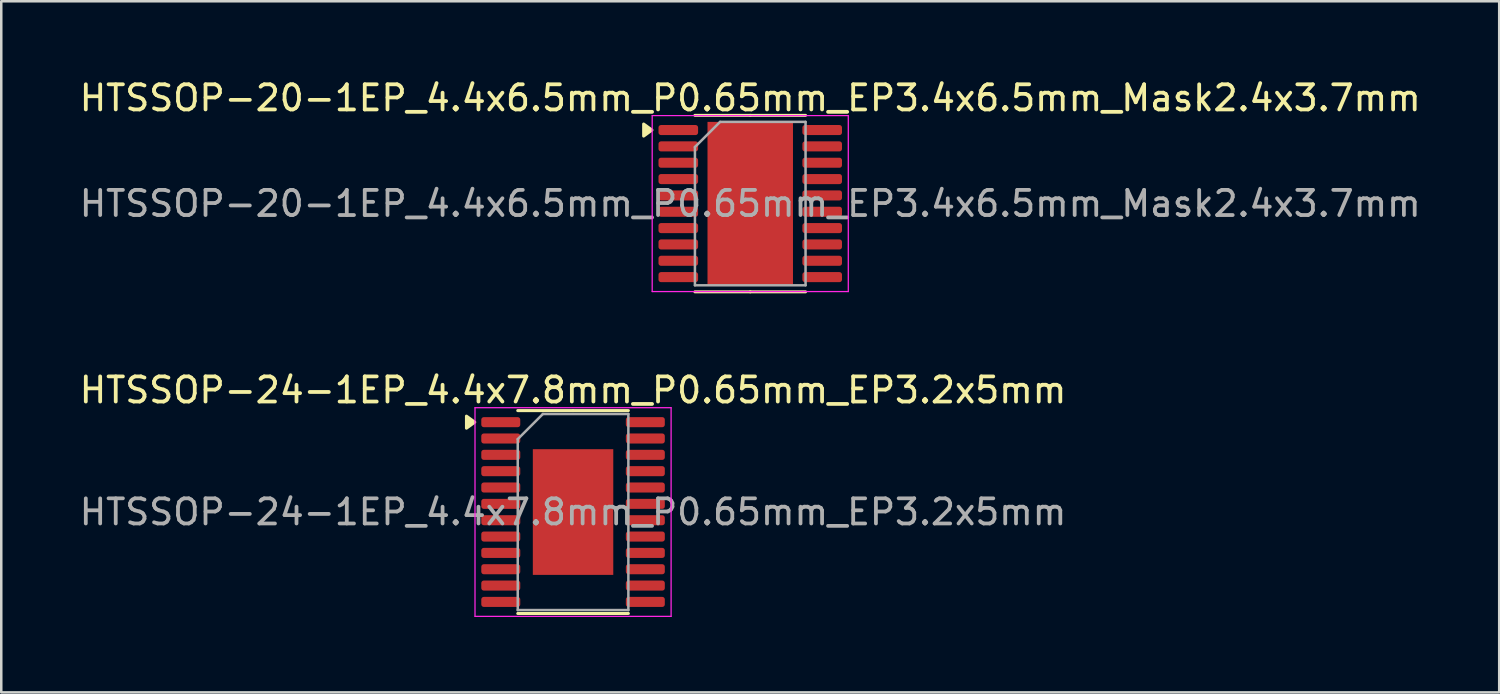
<source format=kicad_pcb>
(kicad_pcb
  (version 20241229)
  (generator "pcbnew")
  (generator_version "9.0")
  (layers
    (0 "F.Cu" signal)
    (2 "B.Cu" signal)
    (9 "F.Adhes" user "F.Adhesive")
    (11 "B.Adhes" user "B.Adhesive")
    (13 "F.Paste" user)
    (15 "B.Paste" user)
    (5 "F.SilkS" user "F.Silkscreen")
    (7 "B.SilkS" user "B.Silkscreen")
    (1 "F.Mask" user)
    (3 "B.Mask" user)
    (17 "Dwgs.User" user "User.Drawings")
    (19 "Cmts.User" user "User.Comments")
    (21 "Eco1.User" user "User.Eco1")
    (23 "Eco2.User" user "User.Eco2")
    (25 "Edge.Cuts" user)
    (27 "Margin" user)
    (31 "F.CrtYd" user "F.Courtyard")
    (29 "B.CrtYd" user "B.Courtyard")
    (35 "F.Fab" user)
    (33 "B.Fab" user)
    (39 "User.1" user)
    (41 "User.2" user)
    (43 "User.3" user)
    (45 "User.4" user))
  (footprint "HTSSOP-20-1EP_4.4x6.5mm_P0.65mm_EP3.4x6.5mm_Mask2.4x3.7mm"
    (layer "F.Cu")
    (at 26.792 5.048)
    (property "Reference" "HTSSOP-20-1EP_4.4x6.5mm_P0.65mm_EP3.4x6.5mm_Mask2.4x3.7mm" (at 0 -4.2 0) (layer "F.SilkS") (effects (font (size 1 1) (thickness 0.15))))
    (attr smd)
    (fp_line (start 0 -3.51) (end -2.2 -3.51) (stroke (width 0.12) (type solid)) (layer "F.SilkS"))
    (fp_line (start 0 -3.51) (end 2.2 -3.51) (stroke (width 0.12) (type solid)) (layer "F.SilkS"))
    (fp_line (start 0 3.51) (end -2.2 3.51) (stroke (width 0.12) (type solid)) (layer "F.SilkS"))
    (fp_line (start 0 3.51) (end 2.2 3.51) (stroke (width 0.12) (type solid)) (layer "F.SilkS"))
    (fp_poly (pts (xy -3.91 -2.925) (xy -4.24 -2.685) (xy -4.24 -3.165) (xy -3.91 -2.925)) (stroke (width 0.12) (type solid)) (fill yes) (layer "F.SilkS"))
    (fp_line (start -3.9 -3.5) (end -3.9 3.5) (stroke (width 0.05) (type solid)) (layer "F.CrtYd"))
    (fp_line (start -3.9 3.5) (end 3.9 3.5) (stroke (width 0.05) (type solid)) (layer "F.CrtYd"))
    (fp_line (start 3.9 -3.5) (end -3.9 -3.5) (stroke (width 0.05) (type solid)) (layer "F.CrtYd"))
    (fp_line (start 3.9 3.5) (end 3.9 -3.5) (stroke (width 0.05) (type solid)) (layer "F.CrtYd"))
    (fp_line (start -2.2 -2.25) (end -1.2 -3.25) (stroke (width 0.1) (type solid)) (layer "F.Fab"))
    (fp_line (start -2.2 3.25) (end -2.2 -2.25) (stroke (width 0.1) (type solid)) (layer "F.Fab"))
    (fp_line (start -1.2 -3.25) (end 2.2 -3.25) (stroke (width 0.1) (type solid)) (layer "F.Fab"))
    (fp_line (start 2.2 -3.25) (end 2.2 3.25) (stroke (width 0.1) (type solid)) (layer "F.Fab"))
    (fp_line (start 2.2 3.25) (end -2.2 3.25) (stroke (width 0.1) (type solid)) (layer "F.Fab"))
    (fp_text user "${REFERENCE}" (at 0 0 0) (layer "F.Fab") (effects (font (size 1 1) (thickness 0.15))))
    (pad "" smd roundrect (at 0 -0.925) (size 1.93 1.49) (layers "F.Paste") (roundrect_rratio 0.168))
    (pad "" smd rect (at 0 0) (size 2.4 3.7) (layers "F.Mask"))
    (pad "" smd roundrect (at 0 0.925) (size 1.93 1.49) (layers "F.Paste") (roundrect_rratio 0.168))
    (pad "1" smd roundrect (at -2.862 -2.925) (size 1.575 0.4) (layers "F.Cu" "F.Mask" "F.Paste") (roundrect_rratio 0.25))
    (pad "2" smd roundrect (at -2.862 -2.275) (size 1.575 0.4) (layers "F.Cu" "F.Mask" "F.Paste") (roundrect_rratio 0.25))
    (pad "3" smd roundrect (at -2.862 -1.625) (size 1.575 0.4) (layers "F.Cu" "F.Mask" "F.Paste") (roundrect_rratio 0.25))
    (pad "4" smd roundrect (at -2.862 -0.975) (size 1.575 0.4) (layers "F.Cu" "F.Mask" "F.Paste") (roundrect_rratio 0.25))
    (pad "5" smd roundrect (at -2.862 -0.325) (size 1.575 0.4) (layers "F.Cu" "F.Mask" "F.Paste") (roundrect_rratio 0.25))
    (pad "6" smd roundrect (at -2.862 0.325) (size 1.575 0.4) (layers "F.Cu" "F.Mask" "F.Paste") (roundrect_rratio 0.25))
    (pad "7" smd roundrect (at -2.862 0.975) (size 1.575 0.4) (layers "F.Cu" "F.Mask" "F.Paste") (roundrect_rratio 0.25))
    (pad "8" smd roundrect (at -2.862 1.625) (size 1.575 0.4) (layers "F.Cu" "F.Mask" "F.Paste") (roundrect_rratio 0.25))
    (pad "9" smd roundrect (at -2.862 2.275) (size 1.575 0.4) (layers "F.Cu" "F.Mask" "F.Paste") (roundrect_rratio 0.25))
    (pad "10" smd roundrect (at -2.862 2.925) (size 1.575 0.4) (layers "F.Cu" "F.Mask" "F.Paste") (roundrect_rratio 0.25))
    (pad "11" smd roundrect (at 2.862 2.925) (size 1.575 0.4) (layers "F.Cu" "F.Mask" "F.Paste") (roundrect_rratio 0.25))
    (pad "12" smd roundrect (at 2.862 2.275) (size 1.575 0.4) (layers "F.Cu" "F.Mask" "F.Paste") (roundrect_rratio 0.25))
    (pad "13" smd roundrect (at 2.862 1.625) (size 1.575 0.4) (layers "F.Cu" "F.Mask" "F.Paste") (roundrect_rratio 0.25))
    (pad "14" smd roundrect (at 2.862 0.975) (size 1.575 0.4) (layers "F.Cu" "F.Mask" "F.Paste") (roundrect_rratio 0.25))
    (pad "15" smd roundrect (at 2.862 0.325) (size 1.575 0.4) (layers "F.Cu" "F.Mask" "F.Paste") (roundrect_rratio 0.25))
    (pad "16" smd roundrect (at 2.862 -0.325) (size 1.575 0.4) (layers "F.Cu" "F.Mask" "F.Paste") (roundrect_rratio 0.25))
    (pad "17" smd roundrect (at 2.862 -0.975) (size 1.575 0.4) (layers "F.Cu" "F.Mask" "F.Paste") (roundrect_rratio 0.25))
    (pad "18" smd roundrect (at 2.862 -1.625) (size 1.575 0.4) (layers "F.Cu" "F.Mask" "F.Paste") (roundrect_rratio 0.25))
    (pad "19" smd roundrect (at 2.862 -2.275) (size 1.575 0.4) (layers "F.Cu" "F.Mask" "F.Paste") (roundrect_rratio 0.25))
    (pad "20" smd roundrect (at 2.862 -2.925) (size 1.575 0.4) (layers "F.Cu" "F.Mask" "F.Paste") (roundrect_rratio 0.25))
    (pad "21" smd rect (at 0 0) (size 3.4 6.5) (property pad_prop_heatsink) (layers "F.Cu")))
  (footprint "HTSSOP-24-1EP_4.4x7.8mm_P0.65mm_EP3.2x5mm"
    (layer "F.Cu")
    (at 19.744 17.317)
    (property "Reference" "HTSSOP-24-1EP_4.4x7.8mm_P0.65mm_EP3.2x5mm" (at 0 -4.85 0) (layer "F.SilkS") (effects (font (size 1 1) (thickness 0.15))))
    (attr smd)
    (fp_line (start 0 -4.035) (end -2.2 -4.035) (stroke (width 0.12) (type solid)) (layer "F.SilkS"))
    (fp_line (start 0 -4.035) (end 2.2 -4.035) (stroke (width 0.12) (type solid)) (layer "F.SilkS"))
    (fp_line (start 0 4.035) (end -2.2 4.035) (stroke (width 0.12) (type solid)) (layer "F.SilkS"))
    (fp_line (start 0 4.035) (end 2.2 4.035) (stroke (width 0.12) (type solid)) (layer "F.SilkS"))
    (fp_poly (pts (xy -3.91 -3.575) (xy -4.24 -3.335) (xy -4.24 -3.815) (xy -3.91 -3.575)) (stroke (width 0.12) (type solid)) (fill yes) (layer "F.SilkS"))
    (fp_line (start -3.9 -4.15) (end -3.9 4.15) (stroke (width 0.05) (type solid)) (layer "F.CrtYd"))
    (fp_line (start -3.9 4.15) (end 3.9 4.15) (stroke (width 0.05) (type solid)) (layer "F.CrtYd"))
    (fp_line (start 3.9 -4.15) (end -3.9 -4.15) (stroke (width 0.05) (type solid)) (layer "F.CrtYd"))
    (fp_line (start 3.9 4.15) (end 3.9 -4.15) (stroke (width 0.05) (type solid)) (layer "F.CrtYd"))
    (fp_line (start -2.2 -2.9) (end -1.2 -3.9) (stroke (width 0.1) (type solid)) (layer "F.Fab"))
    (fp_line (start -2.2 3.9) (end -2.2 -2.9) (stroke (width 0.1) (type solid)) (layer "F.Fab"))
    (fp_line (start -1.2 -3.9) (end 2.2 -3.9) (stroke (width 0.1) (type solid)) (layer "F.Fab"))
    (fp_line (start 2.2 -3.9) (end 2.2 3.9) (stroke (width 0.1) (type solid)) (layer "F.Fab"))
    (fp_line (start 2.2 3.9) (end -2.2 3.9) (stroke (width 0.1) (type solid)) (layer "F.Fab"))
    (fp_text user "${REFERENCE}" (at 0 0 0) (layer "F.Fab") (effects (font (size 1 1) (thickness 0.15))))
    (pad "" smd roundrect (at -0.8 -1.67) (size 1.29 1.34) (layers "F.Paste") (roundrect_rratio 0.194))
    (pad "" smd roundrect (at -0.8 0) (size 1.29 1.34) (layers "F.Paste") (roundrect_rratio 0.194))
    (pad "" smd roundrect (at -0.8 1.67) (size 1.29 1.34) (layers "F.Paste") (roundrect_rratio 0.194))
    (pad "" smd roundrect (at 0.8 -1.67) (size 1.29 1.34) (layers "F.Paste") (roundrect_rratio 0.194))
    (pad "" smd roundrect (at 0.8 0) (size 1.29 1.34) (layers "F.Paste") (roundrect_rratio 0.194))
    (pad "" smd roundrect (at 0.8 1.67) (size 1.29 1.34) (layers "F.Paste") (roundrect_rratio 0.194))
    (pad "1" smd roundrect (at -2.875 -3.575) (size 1.55 0.4) (layers "F.Cu" "F.Mask" "F.Paste") (roundrect_rratio 0.25))
    (pad "2" smd roundrect (at -2.875 -2.925) (size 1.55 0.4) (layers "F.Cu" "F.Mask" "F.Paste") (roundrect_rratio 0.25))
    (pad "3" smd roundrect (at -2.875 -2.275) (size 1.55 0.4) (layers "F.Cu" "F.Mask" "F.Paste") (roundrect_rratio 0.25))
    (pad "4" smd roundrect (at -2.875 -1.625) (size 1.55 0.4) (layers "F.Cu" "F.Mask" "F.Paste") (roundrect_rratio 0.25))
    (pad "5" smd roundrect (at -2.875 -0.975) (size 1.55 0.4) (layers "F.Cu" "F.Mask" "F.Paste") (roundrect_rratio 0.25))
    (pad "6" smd roundrect (at -2.875 -0.325) (size 1.55 0.4) (layers "F.Cu" "F.Mask" "F.Paste") (roundrect_rratio 0.25))
    (pad "7" smd roundrect (at -2.875 0.325) (size 1.55 0.4) (layers "F.Cu" "F.Mask" "F.Paste") (roundrect_rratio 0.25))
    (pad "8" smd roundrect (at -2.875 0.975) (size 1.55 0.4) (layers "F.Cu" "F.Mask" "F.Paste") (roundrect_rratio 0.25))
    (pad "9" smd roundrect (at -2.875 1.625) (size 1.55 0.4) (layers "F.Cu" "F.Mask" "F.Paste") (roundrect_rratio 0.25))
    (pad "10" smd roundrect (at -2.875 2.275) (size 1.55 0.4) (layers "F.Cu" "F.Mask" "F.Paste") (roundrect_rratio 0.25))
    (pad "11" smd roundrect (at -2.875 2.925) (size 1.55 0.4) (layers "F.Cu" "F.Mask" "F.Paste") (roundrect_rratio 0.25))
    (pad "12" smd roundrect (at -2.875 3.575) (size 1.55 0.4) (layers "F.Cu" "F.Mask" "F.Paste") (roundrect_rratio 0.25))
    (pad "13" smd roundrect (at 2.875 3.575) (size 1.55 0.4) (layers "F.Cu" "F.Mask" "F.Paste") (roundrect_rratio 0.25))
    (pad "14" smd roundrect (at 2.875 2.925) (size 1.55 0.4) (layers "F.Cu" "F.Mask" "F.Paste") (roundrect_rratio 0.25))
    (pad "15" smd roundrect (at 2.875 2.275) (size 1.55 0.4) (layers "F.Cu" "F.Mask" "F.Paste") (roundrect_rratio 0.25))
    (pad "16" smd roundrect (at 2.875 1.625) (size 1.55 0.4) (layers "F.Cu" "F.Mask" "F.Paste") (roundrect_rratio 0.25))
    (pad "17" smd roundrect (at 2.875 0.975) (size 1.55 0.4) (layers "F.Cu" "F.Mask" "F.Paste") (roundrect_rratio 0.25))
    (pad "18" smd roundrect (at 2.875 0.325) (size 1.55 0.4) (layers "F.Cu" "F.Mask" "F.Paste") (roundrect_rratio 0.25))
    (pad "19" smd roundrect (at 2.875 -0.325) (size 1.55 0.4) (layers "F.Cu" "F.Mask" "F.Paste") (roundrect_rratio 0.25))
    (pad "20" smd roundrect (at 2.875 -0.975) (size 1.55 0.4) (layers "F.Cu" "F.Mask" "F.Paste") (roundrect_rratio 0.25))
    (pad "21" smd roundrect (at 2.875 -1.625) (size 1.55 0.4) (layers "F.Cu" "F.Mask" "F.Paste") (roundrect_rratio 0.25))
    (pad "22" smd roundrect (at 2.875 -2.275) (size 1.55 0.4) (layers "F.Cu" "F.Mask" "F.Paste") (roundrect_rratio 0.25))
    (pad "23" smd roundrect (at 2.875 -2.925) (size 1.55 0.4) (layers "F.Cu" "F.Mask" "F.Paste") (roundrect_rratio 0.25))
    (pad "24" smd roundrect (at 2.875 -3.575) (size 1.55 0.4) (layers "F.Cu" "F.Mask" "F.Paste") (roundrect_rratio 0.25))
    (pad "25" smd rect (at 0 0) (size 3.2 5) (property pad_prop_heatsink) (layers "F.Cu" "F.Mask")))
  (gr_rect
    (start -3 -3)
    (end 56.583 24.491)
    (stroke (width 0.1) (type default))
    (fill no)
    (layer "Edge.Cuts")))
</source>
